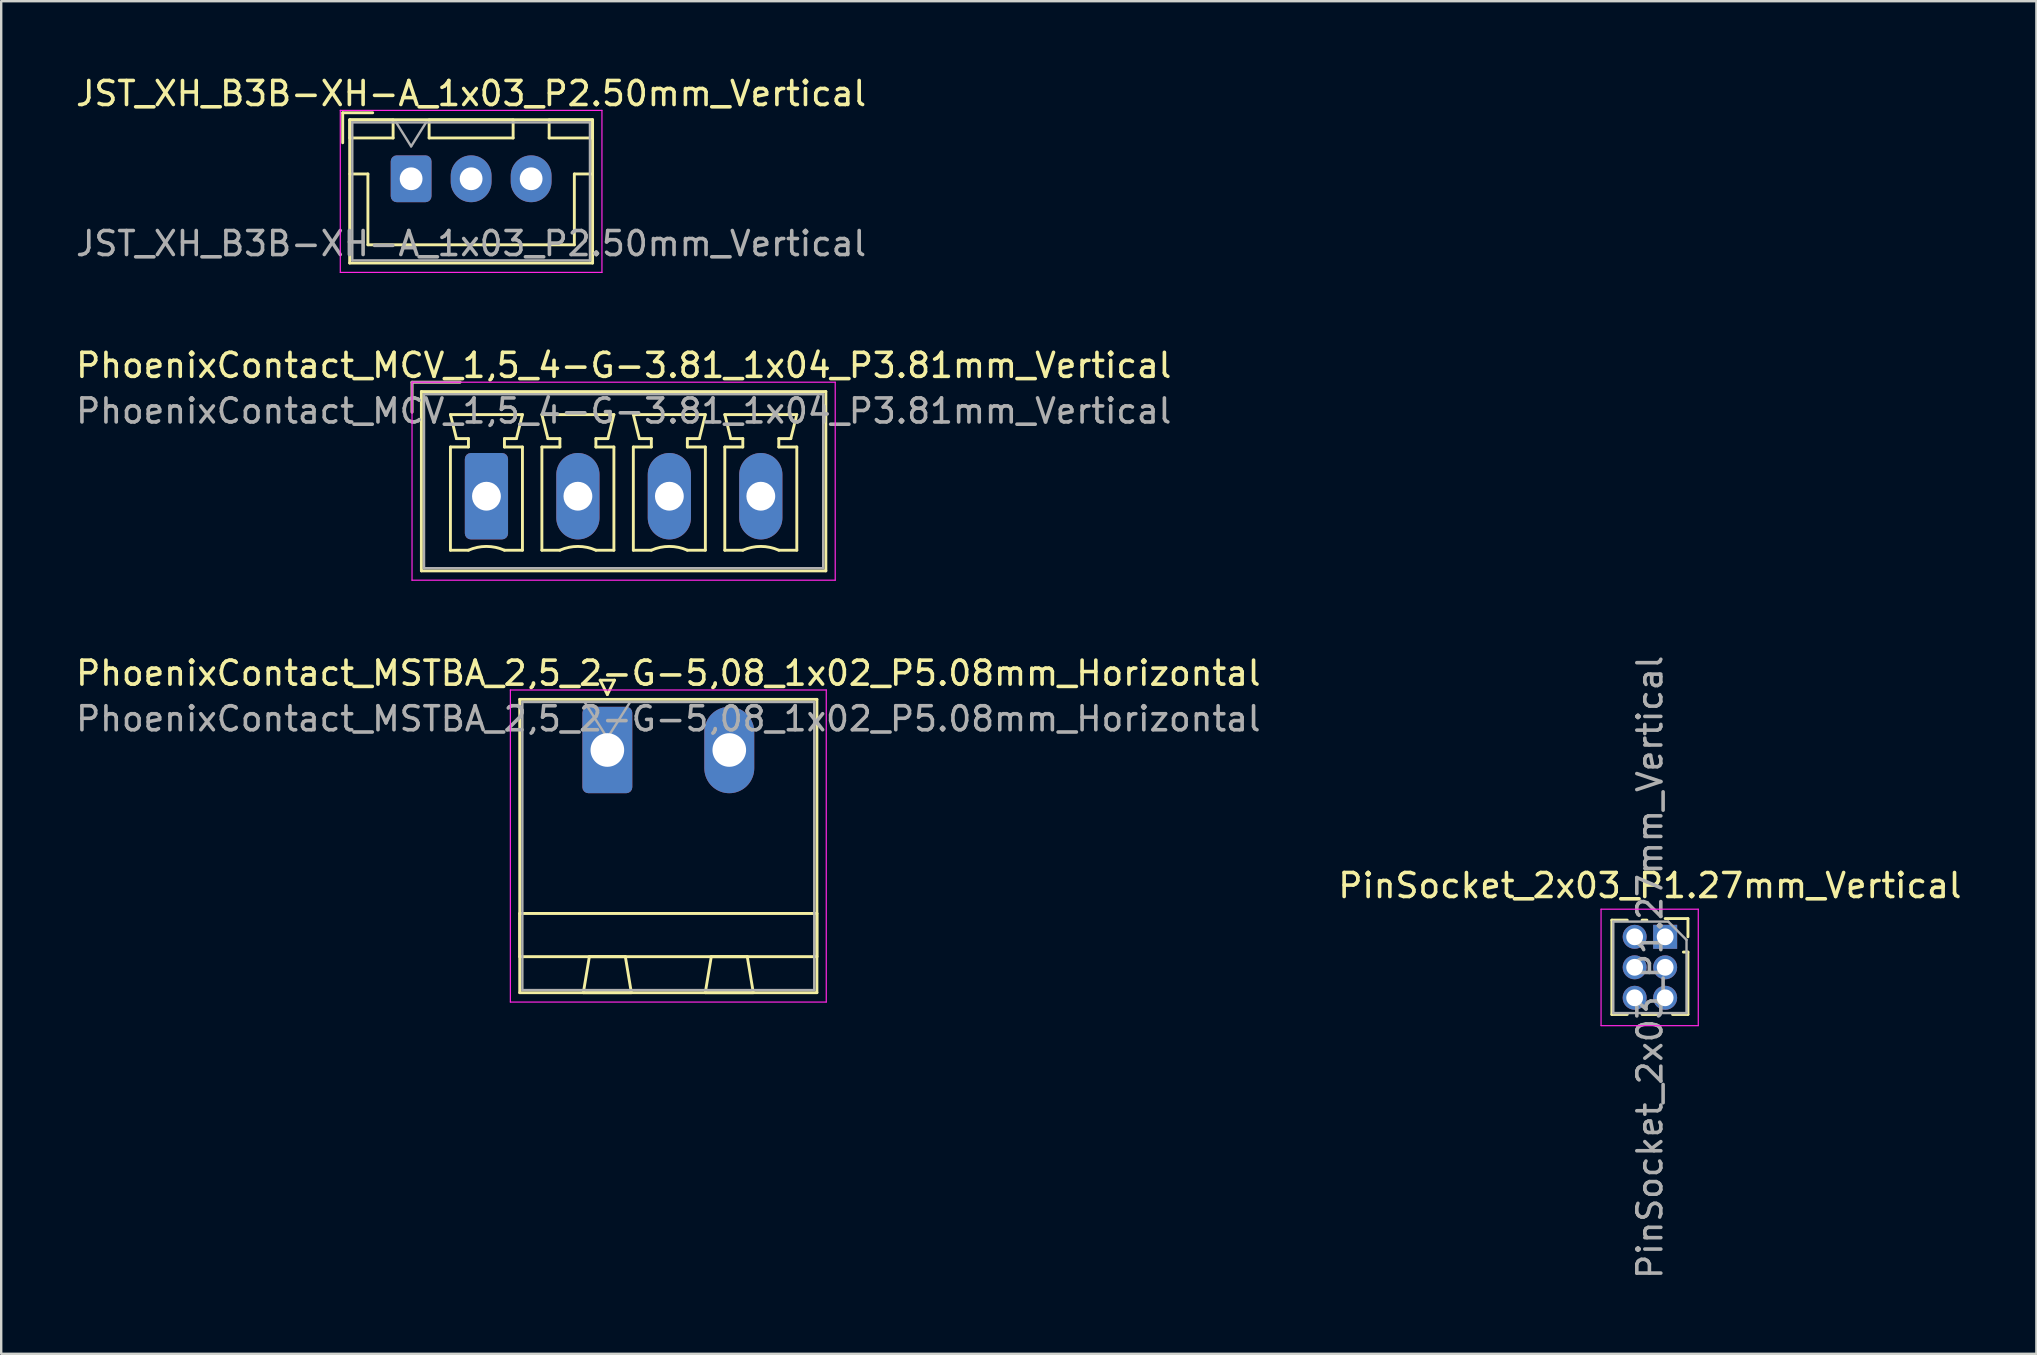
<source format=kicad_pcb>
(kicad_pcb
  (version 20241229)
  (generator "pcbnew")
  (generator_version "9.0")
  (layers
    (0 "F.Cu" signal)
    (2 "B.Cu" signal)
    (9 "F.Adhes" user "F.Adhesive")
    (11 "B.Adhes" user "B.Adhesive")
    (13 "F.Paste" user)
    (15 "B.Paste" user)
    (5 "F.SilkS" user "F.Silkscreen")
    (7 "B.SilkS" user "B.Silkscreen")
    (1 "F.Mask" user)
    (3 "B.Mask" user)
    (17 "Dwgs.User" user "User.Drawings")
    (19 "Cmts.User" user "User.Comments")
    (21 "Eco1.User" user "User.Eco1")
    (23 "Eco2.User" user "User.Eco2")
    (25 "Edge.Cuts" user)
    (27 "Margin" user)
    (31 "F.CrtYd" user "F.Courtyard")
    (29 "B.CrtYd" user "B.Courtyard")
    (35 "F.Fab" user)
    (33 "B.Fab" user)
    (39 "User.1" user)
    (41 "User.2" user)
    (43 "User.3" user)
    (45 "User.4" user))
  (footprint "JST_XH_B3B-XH-A_1x03_P2.50mm_Vertical"
    (layer "F.Cu")
    (at 14.077 4.398)
    (property "Reference" "JST_XH_B3B-XH-A_1x03_P2.50mm_Vertical" (at 2.5 -3.55 0) (layer "F.SilkS") (effects (font (size 1 1) (thickness 0.15))))
    (attr through_hole)
    (fp_line (start -2.85 -2.75) (end -2.85 -1.5) (stroke (width 0.12) (type solid)) (layer "F.SilkS"))
    (fp_line (start -2.56 -2.46) (end -2.56 3.51) (stroke (width 0.12) (type solid)) (layer "F.SilkS"))
    (fp_line (start -2.56 3.51) (end 7.56 3.51) (stroke (width 0.12) (type solid)) (layer "F.SilkS"))
    (fp_line (start -2.55 -2.45) (end -2.55 -1.7) (stroke (width 0.12) (type solid)) (layer "F.SilkS"))
    (fp_line (start -2.55 -1.7) (end -0.75 -1.7) (stroke (width 0.12) (type solid)) (layer "F.SilkS"))
    (fp_line (start -2.55 -0.2) (end -1.8 -0.2) (stroke (width 0.12) (type solid)) (layer "F.SilkS"))
    (fp_line (start -1.8 -0.2) (end -1.8 2.75) (stroke (width 0.12) (type solid)) (layer "F.SilkS"))
    (fp_line (start -1.8 2.75) (end 2.5 2.75) (stroke (width 0.12) (type solid)) (layer "F.SilkS"))
    (fp_line (start -1.6 -2.75) (end -2.85 -2.75) (stroke (width 0.12) (type solid)) (layer "F.SilkS"))
    (fp_line (start -0.75 -2.45) (end -2.55 -2.45) (stroke (width 0.12) (type solid)) (layer "F.SilkS"))
    (fp_line (start -0.75 -1.7) (end -0.75 -2.45) (stroke (width 0.12) (type solid)) (layer "F.SilkS"))
    (fp_line (start 0.75 -2.45) (end 0.75 -1.7) (stroke (width 0.12) (type solid)) (layer "F.SilkS"))
    (fp_line (start 0.75 -1.7) (end 4.25 -1.7) (stroke (width 0.12) (type solid)) (layer "F.SilkS"))
    (fp_line (start 4.25 -2.45) (end 0.75 -2.45) (stroke (width 0.12) (type solid)) (layer "F.SilkS"))
    (fp_line (start 4.25 -1.7) (end 4.25 -2.45) (stroke (width 0.12) (type solid)) (layer "F.SilkS"))
    (fp_line (start 5.75 -2.45) (end 5.75 -1.7) (stroke (width 0.12) (type solid)) (layer "F.SilkS"))
    (fp_line (start 5.75 -1.7) (end 7.55 -1.7) (stroke (width 0.12) (type solid)) (layer "F.SilkS"))
    (fp_line (start 6.8 -0.2) (end 6.8 2.75) (stroke (width 0.12) (type solid)) (layer "F.SilkS"))
    (fp_line (start 6.8 2.75) (end 2.5 2.75) (stroke (width 0.12) (type solid)) (layer "F.SilkS"))
    (fp_line (start 7.55 -2.45) (end 5.75 -2.45) (stroke (width 0.12) (type solid)) (layer "F.SilkS"))
    (fp_line (start 7.55 -1.7) (end 7.55 -2.45) (stroke (width 0.12) (type solid)) (layer "F.SilkS"))
    (fp_line (start 7.55 -0.2) (end 6.8 -0.2) (stroke (width 0.12) (type solid)) (layer "F.SilkS"))
    (fp_line (start 7.56 -2.46) (end -2.56 -2.46) (stroke (width 0.12) (type solid)) (layer "F.SilkS"))
    (fp_line (start 7.56 3.51) (end 7.56 -2.46) (stroke (width 0.12) (type solid)) (layer "F.SilkS"))
    (fp_line (start -2.95 -2.85) (end -2.95 3.9) (stroke (width 0.05) (type solid)) (layer "F.CrtYd"))
    (fp_line (start -2.95 3.9) (end 7.95 3.9) (stroke (width 0.05) (type solid)) (layer "F.CrtYd"))
    (fp_line (start 7.95 -2.85) (end -2.95 -2.85) (stroke (width 0.05) (type solid)) (layer "F.CrtYd"))
    (fp_line (start 7.95 3.9) (end 7.95 -2.85) (stroke (width 0.05) (type solid)) (layer "F.CrtYd"))
    (fp_line (start -2.45 -2.35) (end -2.45 3.4) (stroke (width 0.1) (type solid)) (layer "F.Fab"))
    (fp_line (start -2.45 3.4) (end 7.45 3.4) (stroke (width 0.1) (type solid)) (layer "F.Fab"))
    (fp_line (start -0.625 -2.35) (end 0 -1.35) (stroke (width 0.1) (type solid)) (layer "F.Fab"))
    (fp_line (start 0 -1.35) (end 0.625 -2.35) (stroke (width 0.1) (type solid)) (layer "F.Fab"))
    (fp_line (start 7.45 -2.35) (end -2.45 -2.35) (stroke (width 0.1) (type solid)) (layer "F.Fab"))
    (fp_line (start 7.45 3.4) (end 7.45 -2.35) (stroke (width 0.1) (type solid)) (layer "F.Fab"))
    (fp_text user "${REFERENCE}" (at 2.5 2.7 0) (layer "F.Fab") (effects (font (size 1 1) (thickness 0.15))))
    (pad "1" thru_hole roundrect (at 0 0) (size 1.7 1.95) (drill 0.95) (layers "*.Cu" "*.Mask") (roundrect_rratio 0.147))
    (pad "2" thru_hole oval (at 2.5 0) (size 1.7 1.95) (drill 0.95) (layers "*.Cu" "*.Mask"))
    (pad "3" thru_hole oval (at 5 0) (size 1.7 1.95) (drill 0.95) (layers "*.Cu" "*.Mask")))
  (footprint "PinSocket_2x03_P1.27mm_Vertical"
    (layer "F.Cu")
    (at 66.32 35.978)
    (property "Reference" "PinSocket_2x03_P1.27mm_Vertical" (at -0.635 -2.135 0) (layer "F.SilkS") (effects (font (size 1 1) (thickness 0.15))))
    (attr through_hole)
    (fp_line (start -2.22 -0.695) (end -2.22 3.235) (stroke (width 0.12) (type solid)) (layer "F.SilkS"))
    (fp_line (start -2.22 -0.695) (end -1.578 -0.695) (stroke (width 0.12) (type solid)) (layer "F.SilkS"))
    (fp_line (start -2.22 3.235) (end -1.578 3.235) (stroke (width 0.12) (type solid)) (layer "F.SilkS"))
    (fp_line (start -0.962 -0.695) (end -0.76 -0.695) (stroke (width 0.12) (type solid)) (layer "F.SilkS"))
    (fp_line (start -0.962 3.235) (end -0.308 3.235) (stroke (width 0.12) (type solid)) (layer "F.SilkS"))
    (fp_line (start 0 -0.76) (end 0.95 -0.76) (stroke (width 0.12) (type solid)) (layer "F.SilkS"))
    (fp_line (start 0.308 3.235) (end 0.95 3.235) (stroke (width 0.12) (type solid)) (layer "F.SilkS"))
    (fp_line (start 0.76 0.635) (end 0.95 0.635) (stroke (width 0.12) (type solid)) (layer "F.SilkS"))
    (fp_line (start 0.95 -0.76) (end 0.95 0) (stroke (width 0.12) (type solid)) (layer "F.SilkS"))
    (fp_line (start 0.95 0.635) (end 0.95 3.235) (stroke (width 0.12) (type solid)) (layer "F.SilkS"))
    (fp_line (start -2.67 -1.15) (end 1.38 -1.15) (stroke (width 0.05) (type solid)) (layer "F.CrtYd"))
    (fp_line (start -2.67 3.7) (end -2.67 -1.15) (stroke (width 0.05) (type solid)) (layer "F.CrtYd"))
    (fp_line (start 1.38 -1.15) (end 1.38 3.7) (stroke (width 0.05) (type solid)) (layer "F.CrtYd"))
    (fp_line (start 1.38 3.7) (end -2.67 3.7) (stroke (width 0.05) (type solid)) (layer "F.CrtYd"))
    (fp_line (start -2.16 -0.635) (end 0.128 -0.635) (stroke (width 0.1) (type solid)) (layer "F.Fab"))
    (fp_line (start -2.16 3.175) (end -2.16 -0.635) (stroke (width 0.1) (type solid)) (layer "F.Fab"))
    (fp_line (start 0.128 -0.635) (end 0.89 0.128) (stroke (width 0.1) (type solid)) (layer "F.Fab"))
    (fp_line (start 0.89 0.128) (end 0.89 3.175) (stroke (width 0.1) (type solid)) (layer "F.Fab"))
    (fp_line (start 0.89 3.175) (end -2.16 3.175) (stroke (width 0.1) (type solid)) (layer "F.Fab"))
    (fp_text user "${REFERENCE}" (at -0.635 1.27 90) (layer "F.Fab") (effects (font (size 1 1) (thickness 0.15))))
    (pad "1" thru_hole rect (at 0 0) (size 1 1) (drill 0.7) (layers "*.Cu" "*.Mask"))
    (pad "2" thru_hole circle (at -1.27 0) (size 1 1) (drill 0.7) (layers "*.Cu" "*.Mask"))
    (pad "3" thru_hole circle (at 0 1.27) (size 1 1) (drill 0.7) (layers "*.Cu" "*.Mask"))
    (pad "4" thru_hole circle (at -1.27 1.27) (size 1 1) (drill 0.7) (layers "*.Cu" "*.Mask"))
    (pad "5" thru_hole circle (at 0 2.54) (size 1 1) (drill 0.7) (layers "*.Cu" "*.Mask"))
    (pad "6" thru_hole circle (at -1.27 2.54) (size 1 1) (drill 0.7) (layers "*.Cu" "*.Mask")))
  (footprint "PhoenixContact_MCV_1,5_4-G-3.81_1x04_P3.81mm_Vertical"
    (layer "F.Cu")
    (at 17.215 17.622)
    (property "Reference" "PhoenixContact_MCV_1,5_4-G-3.81_1x04_P3.81mm_Vertical" (at 5.72 -5.45 0) (layer "F.SilkS") (effects (font (size 1 1) (thickness 0.15))))
    (attr through_hole)
    (fp_line (start -3.1 -4.75) (end -1.1 -4.75) (stroke (width 0.12) (type solid)) (layer "F.SilkS"))
    (fp_line (start -3.1 -3.5) (end -3.1 -4.75) (stroke (width 0.12) (type solid)) (layer "F.SilkS"))
    (fp_line (start -2.71 -4.36) (end -2.71 3.11) (stroke (width 0.12) (type solid)) (layer "F.SilkS"))
    (fp_line (start -2.71 3.11) (end 14.14 3.11) (stroke (width 0.12) (type solid)) (layer "F.SilkS"))
    (fp_line (start -1.5 -3.4) (end 1.5 -3.4) (stroke (width 0.12) (type solid)) (layer "F.SilkS"))
    (fp_line (start -1.5 -2.05) (end -0.75 -2.05) (stroke (width 0.12) (type solid)) (layer "F.SilkS"))
    (fp_line (start -1.5 2.25) (end -1.5 -2.05) (stroke (width 0.12) (type solid)) (layer "F.SilkS"))
    (fp_line (start -1.25 -2.4) (end -1.5 -3.4) (stroke (width 0.12) (type solid)) (layer "F.SilkS"))
    (fp_line (start -0.75 -2.4) (end -1.25 -2.4) (stroke (width 0.12) (type solid)) (layer "F.SilkS"))
    (fp_line (start -0.75 -2.05) (end -0.75 -2.4) (stroke (width 0.12) (type solid)) (layer "F.SilkS"))
    (fp_line (start -0.75 2.25) (end -1.5 2.25) (stroke (width 0.12) (type solid)) (layer "F.SilkS"))
    (fp_line (start 0.75 -2.4) (end 0.75 -2.05) (stroke (width 0.12) (type solid)) (layer "F.SilkS"))
    (fp_line (start 0.75 -2.05) (end 1.5 -2.05) (stroke (width 0.12) (type solid)) (layer "F.SilkS"))
    (fp_line (start 1.25 -2.4) (end 0.75 -2.4) (stroke (width 0.12) (type solid)) (layer "F.SilkS"))
    (fp_line (start 1.5 -3.4) (end 1.25 -2.4) (stroke (width 0.12) (type solid)) (layer "F.SilkS"))
    (fp_line (start 1.5 -2.05) (end 1.5 2.25) (stroke (width 0.12) (type solid)) (layer "F.SilkS"))
    (fp_line (start 1.5 2.25) (end 0.75 2.25) (stroke (width 0.12) (type solid)) (layer "F.SilkS"))
    (fp_line (start 2.31 -3.4) (end 5.31 -3.4) (stroke (width 0.12) (type solid)) (layer "F.SilkS"))
    (fp_line (start 2.31 -2.05) (end 3.06 -2.05) (stroke (width 0.12) (type solid)) (layer "F.SilkS"))
    (fp_line (start 2.31 2.25) (end 2.31 -2.05) (stroke (width 0.12) (type solid)) (layer "F.SilkS"))
    (fp_line (start 2.56 -2.4) (end 2.31 -3.4) (stroke (width 0.12) (type solid)) (layer "F.SilkS"))
    (fp_line (start 3.06 -2.4) (end 2.56 -2.4) (stroke (width 0.12) (type solid)) (layer "F.SilkS"))
    (fp_line (start 3.06 -2.05) (end 3.06 -2.4) (stroke (width 0.12) (type solid)) (layer "F.SilkS"))
    (fp_line (start 3.06 2.25) (end 2.31 2.25) (stroke (width 0.12) (type solid)) (layer "F.SilkS"))
    (fp_line (start 4.56 -2.4) (end 4.56 -2.05) (stroke (width 0.12) (type solid)) (layer "F.SilkS"))
    (fp_line (start 4.56 -2.05) (end 5.31 -2.05) (stroke (width 0.12) (type solid)) (layer "F.SilkS"))
    (fp_line (start 5.06 -2.4) (end 4.56 -2.4) (stroke (width 0.12) (type solid)) (layer "F.SilkS"))
    (fp_line (start 5.31 -3.4) (end 5.06 -2.4) (stroke (width 0.12) (type solid)) (layer "F.SilkS"))
    (fp_line (start 5.31 -2.05) (end 5.31 2.25) (stroke (width 0.12) (type solid)) (layer "F.SilkS"))
    (fp_line (start 5.31 2.25) (end 4.56 2.25) (stroke (width 0.12) (type solid)) (layer "F.SilkS"))
    (fp_line (start 6.12 -3.4) (end 9.12 -3.4) (stroke (width 0.12) (type solid)) (layer "F.SilkS"))
    (fp_line (start 6.12 -2.05) (end 6.87 -2.05) (stroke (width 0.12) (type solid)) (layer "F.SilkS"))
    (fp_line (start 6.12 2.25) (end 6.12 -2.05) (stroke (width 0.12) (type solid)) (layer "F.SilkS"))
    (fp_line (start 6.37 -2.4) (end 6.12 -3.4) (stroke (width 0.12) (type solid)) (layer "F.SilkS"))
    (fp_line (start 6.87 -2.4) (end 6.37 -2.4) (stroke (width 0.12) (type solid)) (layer "F.SilkS"))
    (fp_line (start 6.87 -2.05) (end 6.87 -2.4) (stroke (width 0.12) (type solid)) (layer "F.SilkS"))
    (fp_line (start 6.87 2.25) (end 6.12 2.25) (stroke (width 0.12) (type solid)) (layer "F.SilkS"))
    (fp_line (start 8.37 -2.4) (end 8.37 -2.05) (stroke (width 0.12) (type solid)) (layer "F.SilkS"))
    (fp_line (start 8.37 -2.05) (end 9.12 -2.05) (stroke (width 0.12) (type solid)) (layer "F.SilkS"))
    (fp_line (start 8.87 -2.4) (end 8.37 -2.4) (stroke (width 0.12) (type solid)) (layer "F.SilkS"))
    (fp_line (start 9.12 -3.4) (end 8.87 -2.4) (stroke (width 0.12) (type solid)) (layer "F.SilkS"))
    (fp_line (start 9.12 -2.05) (end 9.12 2.25) (stroke (width 0.12) (type solid)) (layer "F.SilkS"))
    (fp_line (start 9.12 2.25) (end 8.37 2.25) (stroke (width 0.12) (type solid)) (layer "F.SilkS"))
    (fp_line (start 9.93 -3.4) (end 12.93 -3.4) (stroke (width 0.12) (type solid)) (layer "F.SilkS"))
    (fp_line (start 9.93 -2.05) (end 10.68 -2.05) (stroke (width 0.12) (type solid)) (layer "F.SilkS"))
    (fp_line (start 9.93 2.25) (end 9.93 -2.05) (stroke (width 0.12) (type solid)) (layer "F.SilkS"))
    (fp_line (start 10.18 -2.4) (end 9.93 -3.4) (stroke (width 0.12) (type solid)) (layer "F.SilkS"))
    (fp_line (start 10.68 -2.4) (end 10.18 -2.4) (stroke (width 0.12) (type solid)) (layer "F.SilkS"))
    (fp_line (start 10.68 -2.05) (end 10.68 -2.4) (stroke (width 0.12) (type solid)) (layer "F.SilkS"))
    (fp_line (start 10.68 2.25) (end 9.93 2.25) (stroke (width 0.12) (type solid)) (layer "F.SilkS"))
    (fp_line (start 12.18 -2.4) (end 12.18 -2.05) (stroke (width 0.12) (type solid)) (layer "F.SilkS"))
    (fp_line (start 12.18 -2.05) (end 12.93 -2.05) (stroke (width 0.12) (type solid)) (layer "F.SilkS"))
    (fp_line (start 12.68 -2.4) (end 12.18 -2.4) (stroke (width 0.12) (type solid)) (layer "F.SilkS"))
    (fp_line (start 12.93 -3.4) (end 12.68 -2.4) (stroke (width 0.12) (type solid)) (layer "F.SilkS"))
    (fp_line (start 12.93 -2.05) (end 12.93 2.25) (stroke (width 0.12) (type solid)) (layer "F.SilkS"))
    (fp_line (start 12.93 2.25) (end 12.18 2.25) (stroke (width 0.12) (type solid)) (layer "F.SilkS"))
    (fp_line (start 14.14 -4.36) (end -2.71 -4.36) (stroke (width 0.12) (type solid)) (layer "F.SilkS"))
    (fp_line (start 14.14 3.11) (end 14.14 -4.36) (stroke (width 0.12) (type solid)) (layer "F.SilkS"))
    (fp_arc (start -0.75 2.25) (mid -0.000193 2.09191) (end 0.749647 2.249844) (stroke (width 0.12) (type solid)) (layer "F.SilkS"))
    (fp_arc (start 3.06 2.25) (mid 3.809807 2.09191) (end 4.559647 2.249844) (stroke (width 0.12) (type solid)) (layer "F.SilkS"))
    (fp_arc (start 6.87 2.25) (mid 7.619807 2.09191) (end 8.369647 2.249844) (stroke (width 0.12) (type solid)) (layer "F.SilkS"))
    (fp_arc (start 10.68 2.25) (mid 11.429807 2.09191) (end 12.179647 2.249844) (stroke (width 0.12) (type solid)) (layer "F.SilkS"))
    (fp_line (start -3.1 -4.75) (end -3.1 3.5) (stroke (width 0.05) (type solid)) (layer "F.CrtYd"))
    (fp_line (start -3.1 3.5) (end 14.53 3.5) (stroke (width 0.05) (type solid)) (layer "F.CrtYd"))
    (fp_line (start 14.53 -4.75) (end -3.1 -4.75) (stroke (width 0.05) (type solid)) (layer "F.CrtYd"))
    (fp_line (start 14.53 3.5) (end 14.53 -4.75) (stroke (width 0.05) (type solid)) (layer "F.CrtYd"))
    (fp_line (start -3.1 -4.75) (end -1.1 -4.75) (stroke (width 0.1) (type solid)) (layer "F.Fab"))
    (fp_line (start -3.1 -3.5) (end -3.1 -4.75) (stroke (width 0.1) (type solid)) (layer "F.Fab"))
    (fp_line (start -2.6 -4.25) (end -2.6 3) (stroke (width 0.1) (type solid)) (layer "F.Fab"))
    (fp_line (start -2.6 3) (end 14.03 3) (stroke (width 0.1) (type solid)) (layer "F.Fab"))
    (fp_line (start 14.03 -4.25) (end -2.6 -4.25) (stroke (width 0.1) (type solid)) (layer "F.Fab"))
    (fp_line (start 14.03 3) (end 14.03 -4.25) (stroke (width 0.1) (type solid)) (layer "F.Fab"))
    (fp_text user "${REFERENCE}" (at 5.72 -3.55 0) (layer "F.Fab") (effects (font (size 1 1) (thickness 0.15))))
    (pad "1" thru_hole roundrect (at 0 0) (size 1.8 3.6) (drill 1.2) (layers "*.Cu" "*.Mask") (roundrect_rratio 0.139))
    (pad "2" thru_hole oval (at 3.81 0) (size 1.8 3.6) (drill 1.2) (layers "*.Cu" "*.Mask"))
    (pad "3" thru_hole oval (at 7.62 0) (size 1.8 3.6) (drill 1.2) (layers "*.Cu" "*.Mask"))
    (pad "4" thru_hole oval (at 11.43 0) (size 1.8 3.6) (drill 1.2) (layers "*.Cu" "*.Mask")))
  (footprint "PhoenixContact_MSTBA_2,5_2-G-5,08_1x02_P5.08mm_Horizontal"
    (layer "F.Cu")
    (at 22.252 28.195)
    (property "Reference" "PhoenixContact_MSTBA_2,5_2-G-5,08_1x02_P5.08mm_Horizontal" (at 2.54 -3.2 0) (layer "F.SilkS") (effects (font (size 1 1) (thickness 0.15))))
    (attr through_hole)
    (fp_line (start -3.65 -2.11) (end -3.65 10.11) (stroke (width 0.12) (type solid)) (layer "F.SilkS"))
    (fp_line (start -3.65 6.81) (end 8.73 6.81) (stroke (width 0.12) (type solid)) (layer "F.SilkS"))
    (fp_line (start -3.65 8.61) (end -3.65 6.81) (stroke (width 0.12) (type solid)) (layer "F.SilkS"))
    (fp_line (start -3.65 10.11) (end 8.73 10.11) (stroke (width 0.12) (type solid)) (layer "F.SilkS"))
    (fp_line (start -1 10.11) (end 1 10.11) (stroke (width 0.12) (type solid)) (layer "F.SilkS"))
    (fp_line (start -0.75 8.61) (end -1 10.11) (stroke (width 0.12) (type solid)) (layer "F.SilkS"))
    (fp_line (start -0.3 -2.91) (end 0.3 -2.91) (stroke (width 0.12) (type solid)) (layer "F.SilkS"))
    (fp_line (start 0 -2.31) (end -0.3 -2.91) (stroke (width 0.12) (type solid)) (layer "F.SilkS"))
    (fp_line (start 0.3 -2.91) (end 0 -2.31) (stroke (width 0.12) (type solid)) (layer "F.SilkS"))
    (fp_line (start 0.75 8.61) (end -0.75 8.61) (stroke (width 0.12) (type solid)) (layer "F.SilkS"))
    (fp_line (start 1 10.11) (end 0.75 8.61) (stroke (width 0.12) (type solid)) (layer "F.SilkS"))
    (fp_line (start 4.08 10.11) (end 6.08 10.11) (stroke (width 0.12) (type solid)) (layer "F.SilkS"))
    (fp_line (start 4.33 8.61) (end 4.08 10.11) (stroke (width 0.12) (type solid)) (layer "F.SilkS"))
    (fp_line (start 5.83 8.61) (end 4.33 8.61) (stroke (width 0.12) (type solid)) (layer "F.SilkS"))
    (fp_line (start 6.08 10.11) (end 5.83 8.61) (stroke (width 0.12) (type solid)) (layer "F.SilkS"))
    (fp_line (start 8.73 -2.11) (end -3.65 -2.11) (stroke (width 0.12) (type solid)) (layer "F.SilkS"))
    (fp_line (start 8.73 6.81) (end 8.73 8.61) (stroke (width 0.12) (type solid)) (layer "F.SilkS"))
    (fp_line (start 8.73 8.61) (end -3.65 8.61) (stroke (width 0.12) (type solid)) (layer "F.SilkS"))
    (fp_line (start 8.73 10.11) (end 8.73 -2.11) (stroke (width 0.12) (type solid)) (layer "F.SilkS"))
    (fp_line (start -4.04 -2.5) (end -4.04 10.5) (stroke (width 0.05) (type solid)) (layer "F.CrtYd"))
    (fp_line (start -4.04 10.5) (end 9.12 10.5) (stroke (width 0.05) (type solid)) (layer "F.CrtYd"))
    (fp_line (start 9.12 -2.5) (end -4.04 -2.5) (stroke (width 0.05) (type solid)) (layer "F.CrtYd"))
    (fp_line (start 9.12 10.5) (end 9.12 -2.5) (stroke (width 0.05) (type solid)) (layer "F.CrtYd"))
    (fp_line (start -3.54 -2) (end -3.54 10) (stroke (width 0.1) (type solid)) (layer "F.Fab"))
    (fp_line (start -3.54 10) (end 8.62 10) (stroke (width 0.1) (type solid)) (layer "F.Fab"))
    (fp_line (start 0 -0.5) (end -0.95 -2) (stroke (width 0.1) (type solid)) (layer "F.Fab"))
    (fp_line (start 0.95 -2) (end 0 -0.5) (stroke (width 0.1) (type solid)) (layer "F.Fab"))
    (fp_line (start 8.62 -2) (end -3.54 -2) (stroke (width 0.1) (type solid)) (layer "F.Fab"))
    (fp_line (start 8.62 10) (end 8.62 -2) (stroke (width 0.1) (type solid)) (layer "F.Fab"))
    (fp_text user "${REFERENCE}" (at 2.54 -1.3 0) (layer "F.Fab") (effects (font (size 1 1) (thickness 0.15))))
    (pad "1" thru_hole roundrect (at 0 0) (size 2.08 3.6) (drill 1.4) (layers "*.Cu" "*.Mask") (roundrect_rratio 0.12))
    (pad "2" thru_hole oval (at 5.08 0) (size 2.08 3.6) (drill 1.4) (layers "*.Cu" "*.Mask")))
  (gr_rect
    (start -3 -3)
    (end 81.786 53.349)
    (stroke (width 0.1) (type default))
    (fill no)
    (layer "Edge.Cuts")))
</source>
